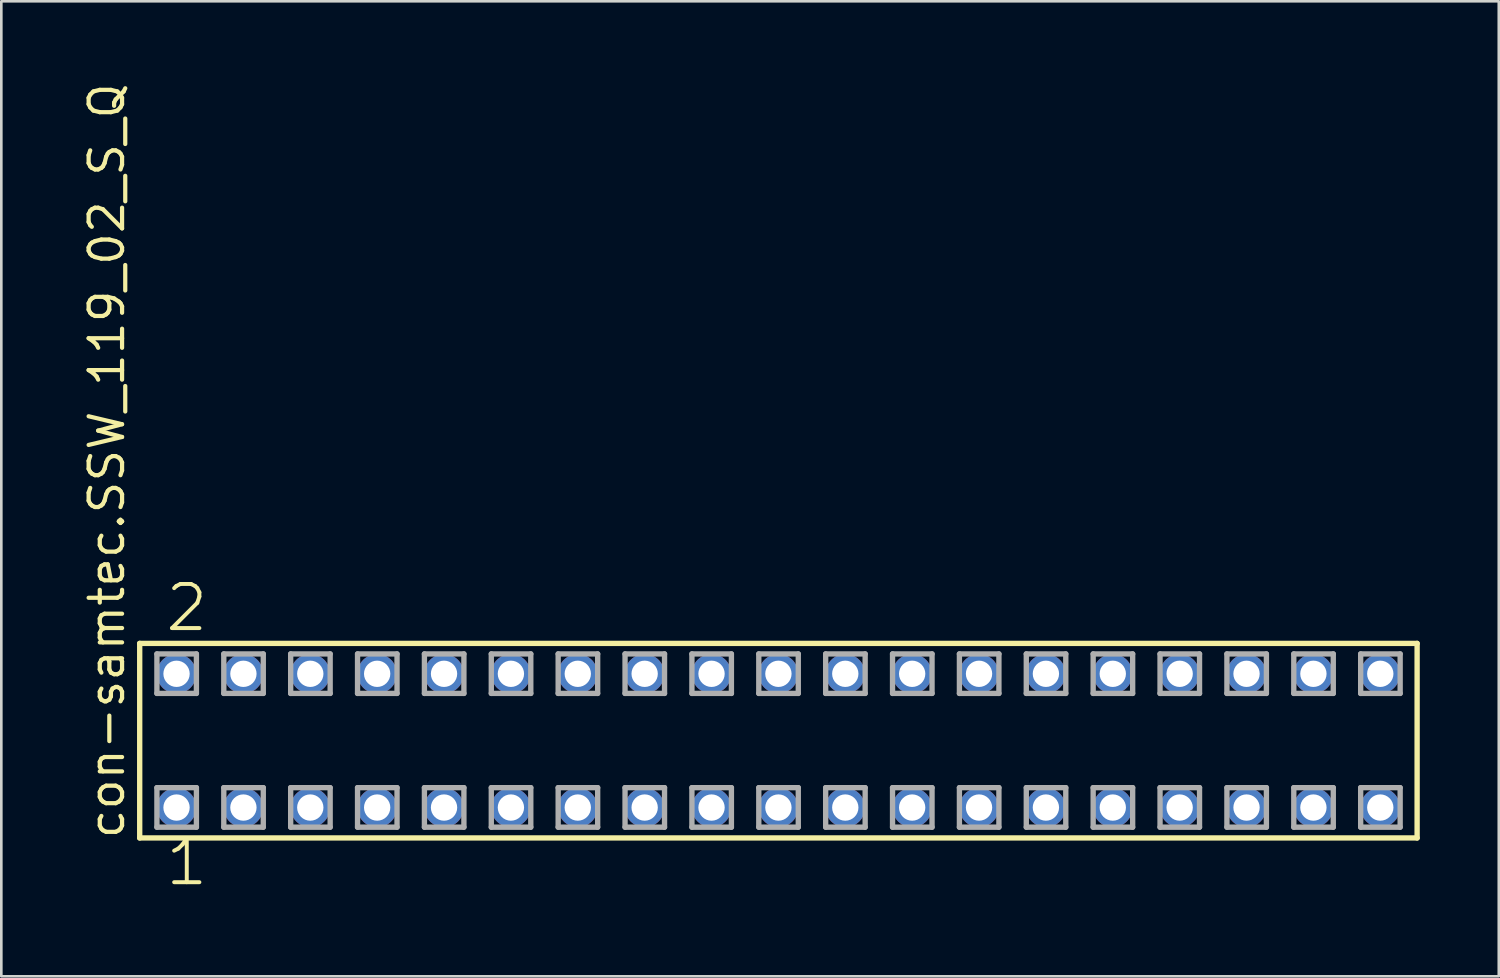
<source format=kicad_pcb>
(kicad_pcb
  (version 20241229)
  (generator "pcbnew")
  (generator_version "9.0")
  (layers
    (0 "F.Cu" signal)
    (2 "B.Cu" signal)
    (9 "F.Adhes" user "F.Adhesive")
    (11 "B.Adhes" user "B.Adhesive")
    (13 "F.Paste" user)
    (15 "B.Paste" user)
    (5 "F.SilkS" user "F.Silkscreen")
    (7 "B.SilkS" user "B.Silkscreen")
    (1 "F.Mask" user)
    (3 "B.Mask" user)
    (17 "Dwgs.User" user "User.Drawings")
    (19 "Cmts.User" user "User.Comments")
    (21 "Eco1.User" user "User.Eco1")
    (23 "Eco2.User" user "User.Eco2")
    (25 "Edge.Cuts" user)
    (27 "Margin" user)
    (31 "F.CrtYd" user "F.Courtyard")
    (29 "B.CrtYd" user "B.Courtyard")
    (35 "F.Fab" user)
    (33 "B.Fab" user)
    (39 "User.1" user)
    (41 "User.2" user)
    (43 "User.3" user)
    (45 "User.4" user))
  (footprint "con-samtec.SSW_119_02_S_Q"
    (layer "F.Cu")
    (at 26.515 25.082)
    (property "Reference" "con-samtec.SSW_119_02_S_Q" (at -24.765 3.81 90) (layer "F.SilkS") (effects (font (size 1.27 1.27) (thickness 0.16)) (justify left bottom)))
    (attr through_hole)
    (fp_line (start -24.259 -3.695) (end 24.259 -3.695) (stroke (width 0.203) (type default)) (layer "F.SilkS"))
    (fp_line (start -24.259 3.695) (end -24.259 -3.695) (stroke (width 0.203) (type default)) (layer "F.SilkS"))
    (fp_line (start 24.259 -3.695) (end 24.259 3.695) (stroke (width 0.203) (type default)) (layer "F.SilkS"))
    (fp_line (start 24.259 3.695) (end -24.259 3.695) (stroke (width 0.203) (type default)) (layer "F.SilkS"))
    (fp_line (start -23.605 -3.295) (end -22.105 -3.295) (stroke (width 0.203) (type default)) (layer "F.Fab"))
    (fp_line (start -23.605 -1.795) (end -23.605 -3.295) (stroke (width 0.203) (type default)) (layer "F.Fab"))
    (fp_line (start -23.605 1.785) (end -22.105 1.785) (stroke (width 0.203) (type default)) (layer "F.Fab"))
    (fp_line (start -23.605 3.285) (end -23.605 1.785) (stroke (width 0.203) (type default)) (layer "F.Fab"))
    (fp_line (start -22.105 -3.295) (end -22.105 -1.795) (stroke (width 0.203) (type default)) (layer "F.Fab"))
    (fp_line (start -22.105 -1.795) (end -23.605 -1.795) (stroke (width 0.203) (type default)) (layer "F.Fab"))
    (fp_line (start -22.105 1.785) (end -22.105 3.285) (stroke (width 0.203) (type default)) (layer "F.Fab"))
    (fp_line (start -22.105 3.285) (end -23.605 3.285) (stroke (width 0.203) (type default)) (layer "F.Fab"))
    (fp_line (start -21.065 -3.295) (end -19.565 -3.295) (stroke (width 0.203) (type default)) (layer "F.Fab"))
    (fp_line (start -21.065 -1.795) (end -21.065 -3.295) (stroke (width 0.203) (type default)) (layer "F.Fab"))
    (fp_line (start -21.065 1.785) (end -19.565 1.785) (stroke (width 0.203) (type default)) (layer "F.Fab"))
    (fp_line (start -21.065 3.285) (end -21.065 1.785) (stroke (width 0.203) (type default)) (layer "F.Fab"))
    (fp_line (start -19.565 -3.295) (end -19.565 -1.795) (stroke (width 0.203) (type default)) (layer "F.Fab"))
    (fp_line (start -19.565 -1.795) (end -21.065 -1.795) (stroke (width 0.203) (type default)) (layer "F.Fab"))
    (fp_line (start -19.565 1.785) (end -19.565 3.285) (stroke (width 0.203) (type default)) (layer "F.Fab"))
    (fp_line (start -19.565 3.285) (end -21.065 3.285) (stroke (width 0.203) (type default)) (layer "F.Fab"))
    (fp_line (start -18.525 -3.295) (end -17.025 -3.295) (stroke (width 0.203) (type default)) (layer "F.Fab"))
    (fp_line (start -18.525 -1.795) (end -18.525 -3.295) (stroke (width 0.203) (type default)) (layer "F.Fab"))
    (fp_line (start -18.525 1.785) (end -17.025 1.785) (stroke (width 0.203) (type default)) (layer "F.Fab"))
    (fp_line (start -18.525 3.285) (end -18.525 1.785) (stroke (width 0.203) (type default)) (layer "F.Fab"))
    (fp_line (start -17.025 -3.295) (end -17.025 -1.795) (stroke (width 0.203) (type default)) (layer "F.Fab"))
    (fp_line (start -17.025 -1.795) (end -18.525 -1.795) (stroke (width 0.203) (type default)) (layer "F.Fab"))
    (fp_line (start -17.025 1.785) (end -17.025 3.285) (stroke (width 0.203) (type default)) (layer "F.Fab"))
    (fp_line (start -17.025 3.285) (end -18.525 3.285) (stroke (width 0.203) (type default)) (layer "F.Fab"))
    (fp_line (start -15.985 -3.295) (end -14.485 -3.295) (stroke (width 0.203) (type default)) (layer "F.Fab"))
    (fp_line (start -15.985 -1.795) (end -15.985 -3.295) (stroke (width 0.203) (type default)) (layer "F.Fab"))
    (fp_line (start -15.985 1.785) (end -14.485 1.785) (stroke (width 0.203) (type default)) (layer "F.Fab"))
    (fp_line (start -15.985 3.285) (end -15.985 1.785) (stroke (width 0.203) (type default)) (layer "F.Fab"))
    (fp_line (start -14.485 -3.295) (end -14.485 -1.795) (stroke (width 0.203) (type default)) (layer "F.Fab"))
    (fp_line (start -14.485 -1.795) (end -15.985 -1.795) (stroke (width 0.203) (type default)) (layer "F.Fab"))
    (fp_line (start -14.485 1.785) (end -14.485 3.285) (stroke (width 0.203) (type default)) (layer "F.Fab"))
    (fp_line (start -14.485 3.285) (end -15.985 3.285) (stroke (width 0.203) (type default)) (layer "F.Fab"))
    (fp_line (start -13.445 -3.295) (end -11.945 -3.295) (stroke (width 0.203) (type default)) (layer "F.Fab"))
    (fp_line (start -13.445 -1.795) (end -13.445 -3.295) (stroke (width 0.203) (type default)) (layer "F.Fab"))
    (fp_line (start -13.445 1.785) (end -11.945 1.785) (stroke (width 0.203) (type default)) (layer "F.Fab"))
    (fp_line (start -13.445 3.285) (end -13.445 1.785) (stroke (width 0.203) (type default)) (layer "F.Fab"))
    (fp_line (start -11.945 -3.295) (end -11.945 -1.795) (stroke (width 0.203) (type default)) (layer "F.Fab"))
    (fp_line (start -11.945 -1.795) (end -13.445 -1.795) (stroke (width 0.203) (type default)) (layer "F.Fab"))
    (fp_line (start -11.945 1.785) (end -11.945 3.285) (stroke (width 0.203) (type default)) (layer "F.Fab"))
    (fp_line (start -11.945 3.285) (end -13.445 3.285) (stroke (width 0.203) (type default)) (layer "F.Fab"))
    (fp_line (start -10.905 -3.295) (end -9.405 -3.295) (stroke (width 0.203) (type default)) (layer "F.Fab"))
    (fp_line (start -10.905 -1.795) (end -10.905 -3.295) (stroke (width 0.203) (type default)) (layer "F.Fab"))
    (fp_line (start -10.905 1.785) (end -9.405 1.785) (stroke (width 0.203) (type default)) (layer "F.Fab"))
    (fp_line (start -10.905 3.285) (end -10.905 1.785) (stroke (width 0.203) (type default)) (layer "F.Fab"))
    (fp_line (start -9.405 -3.295) (end -9.405 -1.795) (stroke (width 0.203) (type default)) (layer "F.Fab"))
    (fp_line (start -9.405 -1.795) (end -10.905 -1.795) (stroke (width 0.203) (type default)) (layer "F.Fab"))
    (fp_line (start -9.405 1.785) (end -9.405 3.285) (stroke (width 0.203) (type default)) (layer "F.Fab"))
    (fp_line (start -9.405 3.285) (end -10.905 3.285) (stroke (width 0.203) (type default)) (layer "F.Fab"))
    (fp_line (start -8.365 -3.295) (end -6.865 -3.295) (stroke (width 0.203) (type default)) (layer "F.Fab"))
    (fp_line (start -8.365 -1.795) (end -8.365 -3.295) (stroke (width 0.203) (type default)) (layer "F.Fab"))
    (fp_line (start -8.365 1.785) (end -6.865 1.785) (stroke (width 0.203) (type default)) (layer "F.Fab"))
    (fp_line (start -8.365 3.285) (end -8.365 1.785) (stroke (width 0.203) (type default)) (layer "F.Fab"))
    (fp_line (start -6.865 -3.295) (end -6.865 -1.795) (stroke (width 0.203) (type default)) (layer "F.Fab"))
    (fp_line (start -6.865 -1.795) (end -8.365 -1.795) (stroke (width 0.203) (type default)) (layer "F.Fab"))
    (fp_line (start -6.865 1.785) (end -6.865 3.285) (stroke (width 0.203) (type default)) (layer "F.Fab"))
    (fp_line (start -6.865 3.285) (end -8.365 3.285) (stroke (width 0.203) (type default)) (layer "F.Fab"))
    (fp_line (start -5.825 -3.295) (end -4.325 -3.295) (stroke (width 0.203) (type default)) (layer "F.Fab"))
    (fp_line (start -5.825 -1.795) (end -5.825 -3.295) (stroke (width 0.203) (type default)) (layer "F.Fab"))
    (fp_line (start -5.825 1.785) (end -4.325 1.785) (stroke (width 0.203) (type default)) (layer "F.Fab"))
    (fp_line (start -5.825 3.285) (end -5.825 1.785) (stroke (width 0.203) (type default)) (layer "F.Fab"))
    (fp_line (start -4.325 -3.295) (end -4.325 -1.795) (stroke (width 0.203) (type default)) (layer "F.Fab"))
    (fp_line (start -4.325 -1.795) (end -5.825 -1.795) (stroke (width 0.203) (type default)) (layer "F.Fab"))
    (fp_line (start -4.325 1.785) (end -4.325 3.285) (stroke (width 0.203) (type default)) (layer "F.Fab"))
    (fp_line (start -4.325 3.285) (end -5.825 3.285) (stroke (width 0.203) (type default)) (layer "F.Fab"))
    (fp_line (start -3.285 -3.295) (end -1.785 -3.295) (stroke (width 0.203) (type default)) (layer "F.Fab"))
    (fp_line (start -3.285 -1.795) (end -3.285 -3.295) (stroke (width 0.203) (type default)) (layer "F.Fab"))
    (fp_line (start -3.285 1.785) (end -1.785 1.785) (stroke (width 0.203) (type default)) (layer "F.Fab"))
    (fp_line (start -3.285 3.285) (end -3.285 1.785) (stroke (width 0.203) (type default)) (layer "F.Fab"))
    (fp_line (start -1.785 -3.295) (end -1.785 -1.795) (stroke (width 0.203) (type default)) (layer "F.Fab"))
    (fp_line (start -1.785 -1.795) (end -3.285 -1.795) (stroke (width 0.203) (type default)) (layer "F.Fab"))
    (fp_line (start -1.785 1.785) (end -1.785 3.285) (stroke (width 0.203) (type default)) (layer "F.Fab"))
    (fp_line (start -1.785 3.285) (end -3.285 3.285) (stroke (width 0.203) (type default)) (layer "F.Fab"))
    (fp_line (start -0.745 -3.295) (end 0.755 -3.295) (stroke (width 0.203) (type default)) (layer "F.Fab"))
    (fp_line (start -0.745 -1.795) (end -0.745 -3.295) (stroke (width 0.203) (type default)) (layer "F.Fab"))
    (fp_line (start -0.745 1.785) (end 0.755 1.785) (stroke (width 0.203) (type default)) (layer "F.Fab"))
    (fp_line (start -0.745 3.285) (end -0.745 1.785) (stroke (width 0.203) (type default)) (layer "F.Fab"))
    (fp_line (start 0.755 -3.295) (end 0.755 -1.795) (stroke (width 0.203) (type default)) (layer "F.Fab"))
    (fp_line (start 0.755 -1.795) (end -0.745 -1.795) (stroke (width 0.203) (type default)) (layer "F.Fab"))
    (fp_line (start 0.755 1.785) (end 0.755 3.285) (stroke (width 0.203) (type default)) (layer "F.Fab"))
    (fp_line (start 0.755 3.285) (end -0.745 3.285) (stroke (width 0.203) (type default)) (layer "F.Fab"))
    (fp_line (start 1.795 -3.295) (end 3.295 -3.295) (stroke (width 0.203) (type default)) (layer "F.Fab"))
    (fp_line (start 1.795 -1.795) (end 1.795 -3.295) (stroke (width 0.203) (type default)) (layer "F.Fab"))
    (fp_line (start 1.795 1.785) (end 3.295 1.785) (stroke (width 0.203) (type default)) (layer "F.Fab"))
    (fp_line (start 1.795 3.285) (end 1.795 1.785) (stroke (width 0.203) (type default)) (layer "F.Fab"))
    (fp_line (start 3.295 -3.295) (end 3.295 -1.795) (stroke (width 0.203) (type default)) (layer "F.Fab"))
    (fp_line (start 3.295 -1.795) (end 1.795 -1.795) (stroke (width 0.203) (type default)) (layer "F.Fab"))
    (fp_line (start 3.295 1.785) (end 3.295 3.285) (stroke (width 0.203) (type default)) (layer "F.Fab"))
    (fp_line (start 3.295 3.285) (end 1.795 3.285) (stroke (width 0.203) (type default)) (layer "F.Fab"))
    (fp_line (start 4.335 -3.295) (end 5.835 -3.295) (stroke (width 0.203) (type default)) (layer "F.Fab"))
    (fp_line (start 4.335 -1.795) (end 4.335 -3.295) (stroke (width 0.203) (type default)) (layer "F.Fab"))
    (fp_line (start 4.335 1.785) (end 5.835 1.785) (stroke (width 0.203) (type default)) (layer "F.Fab"))
    (fp_line (start 4.335 3.285) (end 4.335 1.785) (stroke (width 0.203) (type default)) (layer "F.Fab"))
    (fp_line (start 5.835 -3.295) (end 5.835 -1.795) (stroke (width 0.203) (type default)) (layer "F.Fab"))
    (fp_line (start 5.835 -1.795) (end 4.335 -1.795) (stroke (width 0.203) (type default)) (layer "F.Fab"))
    (fp_line (start 5.835 1.785) (end 5.835 3.285) (stroke (width 0.203) (type default)) (layer "F.Fab"))
    (fp_line (start 5.835 3.285) (end 4.335 3.285) (stroke (width 0.203) (type default)) (layer "F.Fab"))
    (fp_line (start 6.875 -3.295) (end 8.375 -3.295) (stroke (width 0.203) (type default)) (layer "F.Fab"))
    (fp_line (start 6.875 -1.795) (end 6.875 -3.295) (stroke (width 0.203) (type default)) (layer "F.Fab"))
    (fp_line (start 6.875 1.785) (end 8.375 1.785) (stroke (width 0.203) (type default)) (layer "F.Fab"))
    (fp_line (start 6.875 3.285) (end 6.875 1.785) (stroke (width 0.203) (type default)) (layer "F.Fab"))
    (fp_line (start 8.375 -3.295) (end 8.375 -1.795) (stroke (width 0.203) (type default)) (layer "F.Fab"))
    (fp_line (start 8.375 -1.795) (end 6.875 -1.795) (stroke (width 0.203) (type default)) (layer "F.Fab"))
    (fp_line (start 8.375 1.785) (end 8.375 3.285) (stroke (width 0.203) (type default)) (layer "F.Fab"))
    (fp_line (start 8.375 3.285) (end 6.875 3.285) (stroke (width 0.203) (type default)) (layer "F.Fab"))
    (fp_line (start 9.415 -3.295) (end 10.915 -3.295) (stroke (width 0.203) (type default)) (layer "F.Fab"))
    (fp_line (start 9.415 -1.795) (end 9.415 -3.295) (stroke (width 0.203) (type default)) (layer "F.Fab"))
    (fp_line (start 9.415 1.785) (end 10.915 1.785) (stroke (width 0.203) (type default)) (layer "F.Fab"))
    (fp_line (start 9.415 3.285) (end 9.415 1.785) (stroke (width 0.203) (type default)) (layer "F.Fab"))
    (fp_line (start 10.915 -3.295) (end 10.915 -1.795) (stroke (width 0.203) (type default)) (layer "F.Fab"))
    (fp_line (start 10.915 -1.795) (end 9.415 -1.795) (stroke (width 0.203) (type default)) (layer "F.Fab"))
    (fp_line (start 10.915 1.785) (end 10.915 3.285) (stroke (width 0.203) (type default)) (layer "F.Fab"))
    (fp_line (start 10.915 3.285) (end 9.415 3.285) (stroke (width 0.203) (type default)) (layer "F.Fab"))
    (fp_line (start 11.955 -3.295) (end 13.455 -3.295) (stroke (width 0.203) (type default)) (layer "F.Fab"))
    (fp_line (start 11.955 -1.795) (end 11.955 -3.295) (stroke (width 0.203) (type default)) (layer "F.Fab"))
    (fp_line (start 11.955 1.785) (end 13.455 1.785) (stroke (width 0.203) (type default)) (layer "F.Fab"))
    (fp_line (start 11.955 3.285) (end 11.955 1.785) (stroke (width 0.203) (type default)) (layer "F.Fab"))
    (fp_line (start 13.455 -3.295) (end 13.455 -1.795) (stroke (width 0.203) (type default)) (layer "F.Fab"))
    (fp_line (start 13.455 -1.795) (end 11.955 -1.795) (stroke (width 0.203) (type default)) (layer "F.Fab"))
    (fp_line (start 13.455 1.785) (end 13.455 3.285) (stroke (width 0.203) (type default)) (layer "F.Fab"))
    (fp_line (start 13.455 3.285) (end 11.955 3.285) (stroke (width 0.203) (type default)) (layer "F.Fab"))
    (fp_line (start 14.495 -3.295) (end 15.995 -3.295) (stroke (width 0.203) (type default)) (layer "F.Fab"))
    (fp_line (start 14.495 -1.795) (end 14.495 -3.295) (stroke (width 0.203) (type default)) (layer "F.Fab"))
    (fp_line (start 14.495 1.785) (end 15.995 1.785) (stroke (width 0.203) (type default)) (layer "F.Fab"))
    (fp_line (start 14.495 3.285) (end 14.495 1.785) (stroke (width 0.203) (type default)) (layer "F.Fab"))
    (fp_line (start 15.995 -3.295) (end 15.995 -1.795) (stroke (width 0.203) (type default)) (layer "F.Fab"))
    (fp_line (start 15.995 -1.795) (end 14.495 -1.795) (stroke (width 0.203) (type default)) (layer "F.Fab"))
    (fp_line (start 15.995 1.785) (end 15.995 3.285) (stroke (width 0.203) (type default)) (layer "F.Fab"))
    (fp_line (start 15.995 3.285) (end 14.495 3.285) (stroke (width 0.203) (type default)) (layer "F.Fab"))
    (fp_line (start 17.035 -3.295) (end 18.535 -3.295) (stroke (width 0.203) (type default)) (layer "F.Fab"))
    (fp_line (start 17.035 -1.795) (end 17.035 -3.295) (stroke (width 0.203) (type default)) (layer "F.Fab"))
    (fp_line (start 17.035 1.785) (end 18.535 1.785) (stroke (width 0.203) (type default)) (layer "F.Fab"))
    (fp_line (start 17.035 3.285) (end 17.035 1.785) (stroke (width 0.203) (type default)) (layer "F.Fab"))
    (fp_line (start 18.535 -3.295) (end 18.535 -1.795) (stroke (width 0.203) (type default)) (layer "F.Fab"))
    (fp_line (start 18.535 -1.795) (end 17.035 -1.795) (stroke (width 0.203) (type default)) (layer "F.Fab"))
    (fp_line (start 18.535 1.785) (end 18.535 3.285) (stroke (width 0.203) (type default)) (layer "F.Fab"))
    (fp_line (start 18.535 3.285) (end 17.035 3.285) (stroke (width 0.203) (type default)) (layer "F.Fab"))
    (fp_line (start 19.575 -3.295) (end 21.075 -3.295) (stroke (width 0.203) (type default)) (layer "F.Fab"))
    (fp_line (start 19.575 -1.795) (end 19.575 -3.295) (stroke (width 0.203) (type default)) (layer "F.Fab"))
    (fp_line (start 19.575 1.785) (end 21.075 1.785) (stroke (width 0.203) (type default)) (layer "F.Fab"))
    (fp_line (start 19.575 3.285) (end 19.575 1.785) (stroke (width 0.203) (type default)) (layer "F.Fab"))
    (fp_line (start 21.075 -3.295) (end 21.075 -1.795) (stroke (width 0.203) (type default)) (layer "F.Fab"))
    (fp_line (start 21.075 -1.795) (end 19.575 -1.795) (stroke (width 0.203) (type default)) (layer "F.Fab"))
    (fp_line (start 21.075 1.785) (end 21.075 3.285) (stroke (width 0.203) (type default)) (layer "F.Fab"))
    (fp_line (start 21.075 3.285) (end 19.575 3.285) (stroke (width 0.203) (type default)) (layer "F.Fab"))
    (fp_line (start 22.115 -3.295) (end 23.615 -3.295) (stroke (width 0.203) (type default)) (layer "F.Fab"))
    (fp_line (start 22.115 -1.795) (end 22.115 -3.295) (stroke (width 0.203) (type default)) (layer "F.Fab"))
    (fp_line (start 22.115 1.785) (end 23.615 1.785) (stroke (width 0.203) (type default)) (layer "F.Fab"))
    (fp_line (start 22.115 3.285) (end 22.115 1.785) (stroke (width 0.203) (type default)) (layer "F.Fab"))
    (fp_line (start 23.615 -3.295) (end 23.615 -1.795) (stroke (width 0.203) (type default)) (layer "F.Fab"))
    (fp_line (start 23.615 -1.795) (end 22.115 -1.795) (stroke (width 0.203) (type default)) (layer "F.Fab"))
    (fp_line (start 23.615 1.785) (end 23.615 3.285) (stroke (width 0.203) (type default)) (layer "F.Fab"))
    (fp_line (start 23.615 3.285) (end 22.115 3.285) (stroke (width 0.203) (type default)) (layer "F.Fab"))
    (fp_text user "1" (at -23.368 5.588 0) (layer "F.SilkS") (effects (font (size 1.676 1.676) (thickness 0.15)) (justify left bottom)))
    (fp_text user "2" (at -23.368 -4.064 0) (layer "F.SilkS") (effects (font (size 1.676 1.676) (thickness 0.15)) (justify left bottom)))
    (pad "1" thru_hole circle (at -22.86 2.54) (size 1.5 1.5) (drill 1) (layers "*.Cu" "*.Mask"))
    (pad "2" thru_hole circle (at -22.86 -2.54) (size 1.5 1.5) (drill 1) (layers "*.Cu" "*.Mask"))
    (pad "3" thru_hole circle (at -20.32 2.54) (size 1.5 1.5) (drill 1) (layers "*.Cu" "*.Mask"))
    (pad "4" thru_hole circle (at -20.32 -2.54) (size 1.5 1.5) (drill 1) (layers "*.Cu" "*.Mask"))
    (pad "5" thru_hole circle (at -17.78 2.54) (size 1.5 1.5) (drill 1) (layers "*.Cu" "*.Mask"))
    (pad "6" thru_hole circle (at -17.78 -2.54) (size 1.5 1.5) (drill 1) (layers "*.Cu" "*.Mask"))
    (pad "7" thru_hole circle (at -15.24 2.54) (size 1.5 1.5) (drill 1) (layers "*.Cu" "*.Mask"))
    (pad "8" thru_hole circle (at -15.24 -2.54) (size 1.5 1.5) (drill 1) (layers "*.Cu" "*.Mask"))
    (pad "9" thru_hole circle (at -12.7 2.54) (size 1.5 1.5) (drill 1) (layers "*.Cu" "*.Mask"))
    (pad "10" thru_hole circle (at -12.7 -2.54) (size 1.5 1.5) (drill 1) (layers "*.Cu" "*.Mask"))
    (pad "11" thru_hole circle (at -10.16 2.54) (size 1.5 1.5) (drill 1) (layers "*.Cu" "*.Mask"))
    (pad "12" thru_hole circle (at -10.16 -2.54) (size 1.5 1.5) (drill 1) (layers "*.Cu" "*.Mask"))
    (pad "13" thru_hole circle (at -7.62 2.54) (size 1.5 1.5) (drill 1) (layers "*.Cu" "*.Mask"))
    (pad "14" thru_hole circle (at -7.62 -2.54) (size 1.5 1.5) (drill 1) (layers "*.Cu" "*.Mask"))
    (pad "15" thru_hole circle (at -5.08 2.54) (size 1.5 1.5) (drill 1) (layers "*.Cu" "*.Mask"))
    (pad "16" thru_hole circle (at -5.08 -2.54) (size 1.5 1.5) (drill 1) (layers "*.Cu" "*.Mask"))
    (pad "17" thru_hole circle (at -2.54 2.54) (size 1.5 1.5) (drill 1) (layers "*.Cu" "*.Mask"))
    (pad "18" thru_hole circle (at -2.54 -2.54) (size 1.5 1.5) (drill 1) (layers "*.Cu" "*.Mask"))
    (pad "19" thru_hole circle (at 0 2.54) (size 1.5 1.5) (drill 1) (layers "*.Cu" "*.Mask"))
    (pad "20" thru_hole circle (at 0 -2.54) (size 1.5 1.5) (drill 1) (layers "*.Cu" "*.Mask"))
    (pad "21" thru_hole circle (at 2.54 2.54) (size 1.5 1.5) (drill 1) (layers "*.Cu" "*.Mask"))
    (pad "22" thru_hole circle (at 2.54 -2.54) (size 1.5 1.5) (drill 1) (layers "*.Cu" "*.Mask"))
    (pad "23" thru_hole circle (at 5.08 2.54) (size 1.5 1.5) (drill 1) (layers "*.Cu" "*.Mask"))
    (pad "24" thru_hole circle (at 5.08 -2.54) (size 1.5 1.5) (drill 1) (layers "*.Cu" "*.Mask"))
    (pad "25" thru_hole circle (at 7.62 2.54) (size 1.5 1.5) (drill 1) (layers "*.Cu" "*.Mask"))
    (pad "26" thru_hole circle (at 7.62 -2.54) (size 1.5 1.5) (drill 1) (layers "*.Cu" "*.Mask"))
    (pad "27" thru_hole circle (at 10.16 2.54) (size 1.5 1.5) (drill 1) (layers "*.Cu" "*.Mask"))
    (pad "28" thru_hole circle (at 10.16 -2.54) (size 1.5 1.5) (drill 1) (layers "*.Cu" "*.Mask"))
    (pad "29" thru_hole circle (at 12.7 2.54) (size 1.5 1.5) (drill 1) (layers "*.Cu" "*.Mask"))
    (pad "30" thru_hole circle (at 12.7 -2.54) (size 1.5 1.5) (drill 1) (layers "*.Cu" "*.Mask"))
    (pad "31" thru_hole circle (at 15.24 2.54) (size 1.5 1.5) (drill 1) (layers "*.Cu" "*.Mask"))
    (pad "32" thru_hole circle (at 15.24 -2.54) (size 1.5 1.5) (drill 1) (layers "*.Cu" "*.Mask"))
    (pad "33" thru_hole circle (at 17.78 2.54) (size 1.5 1.5) (drill 1) (layers "*.Cu" "*.Mask"))
    (pad "34" thru_hole circle (at 17.78 -2.54) (size 1.5 1.5) (drill 1) (layers "*.Cu" "*.Mask"))
    (pad "35" thru_hole circle (at 20.32 2.54) (size 1.5 1.5) (drill 1) (layers "*.Cu" "*.Mask"))
    (pad "36" thru_hole circle (at 20.32 -2.54) (size 1.5 1.5) (drill 1) (layers "*.Cu" "*.Mask"))
    (pad "37" thru_hole circle (at 22.86 2.54) (size 1.5 1.5) (drill 1) (layers "*.Cu" "*.Mask"))
    (pad "38" thru_hole circle (at 22.86 -2.54) (size 1.5 1.5) (drill 1) (layers "*.Cu" "*.Mask")))
  (gr_rect
    (start -3 -3)
    (end 53.876 34.031)
    (stroke (width 0.1) (type default))
    (fill no)
    (layer "Edge.Cuts")))
</source>
